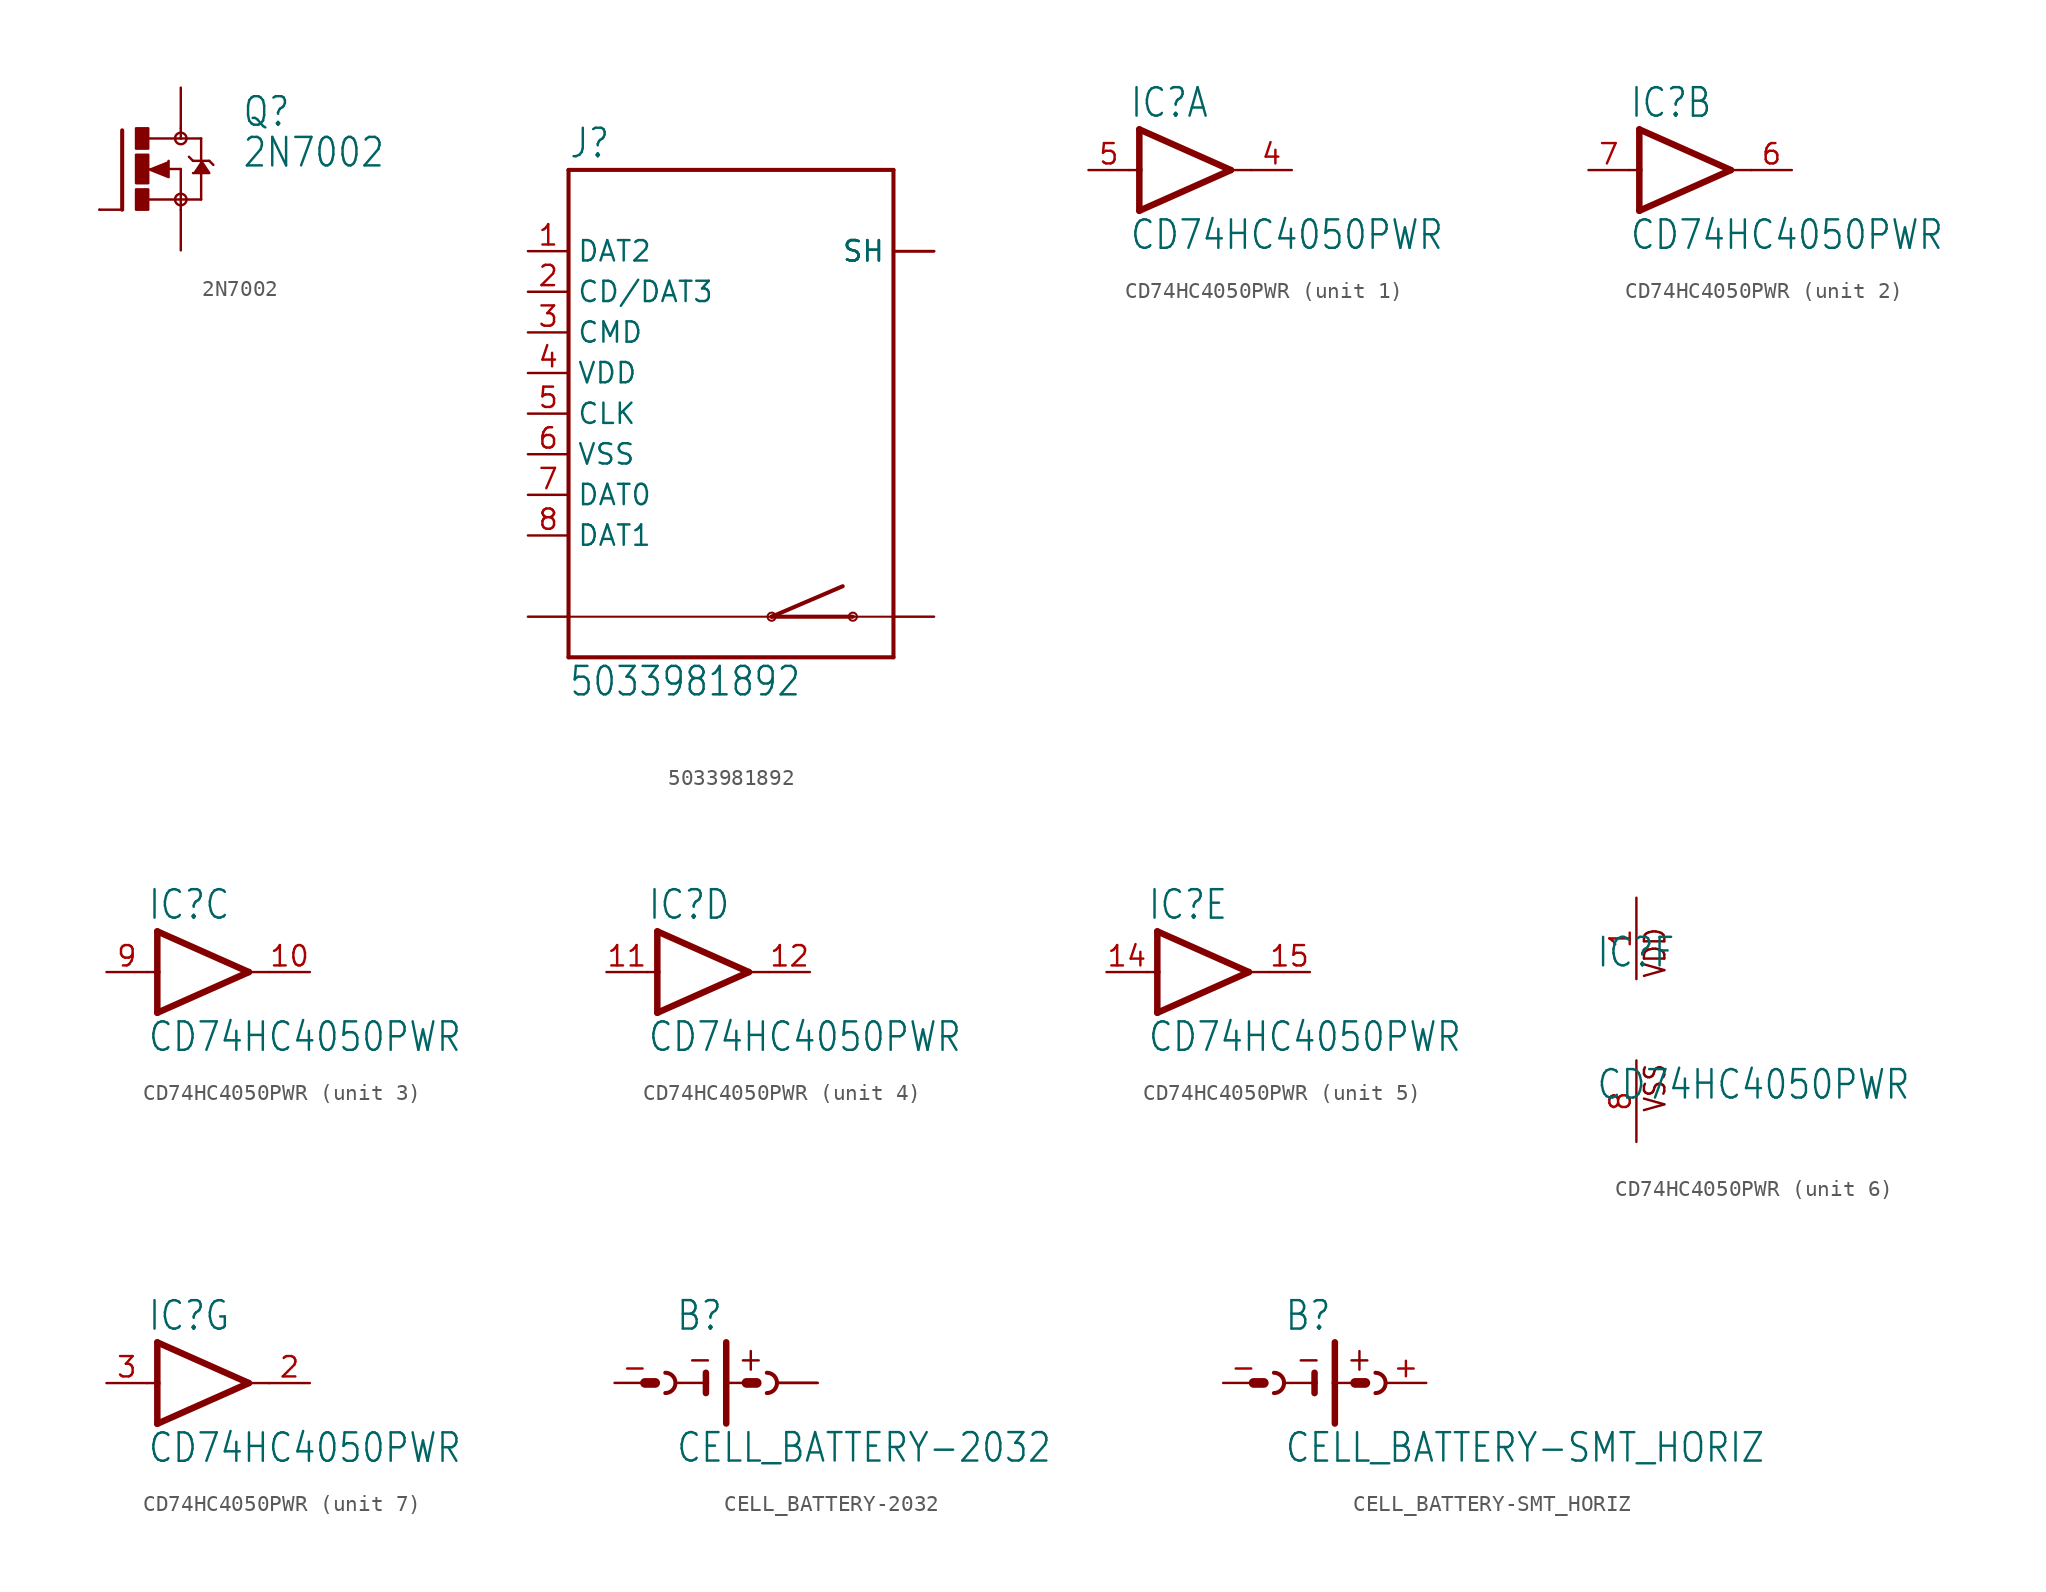
<source format=kicad_sym>
(kicad_symbol_lib
  (version 20211014)
  (generator kicad_symbol_editor)
  (symbol "2N7002"
    (property "Reference" "Q"
      (at 6.35 2.54 0)
      (effects (font (size 1.778 1.511)) (justify left bottom)))
    (property "Value" "2N7002"
      (at 6.35 0 0)
      (effects (font (size 1.778 1.511)) (justify left bottom)))
    (property "ki_locked" ""
      (at 0 0 0)
      (effects (font (size 1.27 1.27))))
    (symbol "2N7002_1_0"
      (rectangle (start -0.254 -2.54) (end 0.508 -1.27) (stroke (width 0) (type default) (color 0 0 0 0)) (fill (type outline)))
      (rectangle (start -0.254 -0.889) (end 0.508 0.889) (stroke (width 0) (type default) (color 0 0 0 0)) (fill (type outline)))
      (rectangle (start -0.254 1.27) (end 0.508 2.54) (stroke (width 0) (type default) (color 0 0 0 0)) (fill (type outline)))
      (polyline (pts (xy -1.118 -2.54) (xy -2.54 -2.54)) (stroke (width 0.152) (type default) (color 0 0 0 0)) (fill (type none)))
      (polyline (pts (xy -1.118 2.413) (xy -1.118 -2.54)) (stroke (width 0.254) (type default) (color 0 0 0 0)) (fill (type none)))
      (polyline (pts (xy 0.508 -1.905) (xy 2.54 -1.905)) (stroke (width 0.152) (type default) (color 0 0 0 0)) (fill (type none)))
      (polyline (pts (xy 1.651 0) (xy 2.54 0)) (stroke (width 0.152) (type default) (color 0 0 0 0)) (fill (type none)))
      (polyline (pts (xy 2.54 -1.905) (xy 2.54 -2.54)) (stroke (width 0.152) (type default) (color 0 0 0 0)) (fill (type none)))
      (polyline (pts (xy 2.54 -1.905) (xy 3.81 -1.905)) (stroke (width 0.152) (type default) (color 0 0 0 0)) (fill (type none)))
      (polyline (pts (xy 2.54 0) (xy 2.54 -1.905)) (stroke (width 0.152) (type default) (color 0 0 0 0)) (fill (type none)))
      (polyline (pts (xy 2.54 1.905) (xy 0.533 1.905)) (stroke (width 0.152) (type default) (color 0 0 0 0)) (fill (type none)))
      (polyline (pts (xy 2.54 1.905) (xy 3.81 1.905)) (stroke (width 0.152) (type default) (color 0 0 0 0)) (fill (type none)))
      (polyline (pts (xy 2.54 2.54) (xy 2.54 1.905)) (stroke (width 0.152) (type default) (color 0 0 0 0)) (fill (type none)))
      (polyline (pts (xy 3.048 0.762) (xy 3.302 0.508)) (stroke (width 0.152) (type default) (color 0 0 0 0)) (fill (type none)))
      (polyline (pts (xy 3.302 0.508) (xy 3.81 0.508)) (stroke (width 0.152) (type default) (color 0 0 0 0)) (fill (type none)))
      (polyline (pts (xy 3.81 -1.905) (xy 3.81 0.508)) (stroke (width 0.152) (type default) (color 0 0 0 0)) (fill (type none)))
      (polyline (pts (xy 3.81 0.508) (xy 3.81 1.905)) (stroke (width 0.152) (type default) (color 0 0 0 0)) (fill (type none)))
      (polyline (pts (xy 3.81 0.508) (xy 4.318 0.508)) (stroke (width 0.152) (type default) (color 0 0 0 0)) (fill (type none)))
      (polyline (pts (xy 4.318 0.508) (xy 4.572 0.254)) (stroke (width 0.152) (type default) (color 0 0 0 0)) (fill (type none)))
      (polyline (pts (xy 0.508 0) (xy 1.778 -0.508) (xy 1.778 0.508)) (stroke (width 0) (type default) (color 0 0 0 0)) (fill (type outline)))
      (polyline (pts (xy 3.81 0.508) (xy 4.318 -0.254) (xy 3.302 -0.254)) (stroke (width 0) (type default) (color 0 0 0 0)) (fill (type outline)))
      (circle (center 2.54 -1.905) (radius 0.359) (stroke (width 0) (type default) (color 0 0 0 0)) (fill (type none)))
      (circle (center 2.54 1.905) (radius 0.359) (stroke (width 0) (type default) (color 0 0 0 0)) (fill (type none)))
      (pin passive line (at -2.54 -2.54 0) (length 0) (name "G" (effects (font (size 0 0)))) (number "1" (effects (font (size 0 0)))))
      (pin passive line (at 2.54 -5.08 90) (length 2.54) (name "S" (effects (font (size 0 0)))) (number "2" (effects (font (size 0 0)))))
      (pin passive line (at 2.54 5.08 270) (length 2.54) (name "D" (effects (font (size 0 0)))) (number "3" (effects (font (size 0 0)))))))
  (symbol "5033981892"
    (property "Reference" "J"
      (at -10.16 15.875 0)
      (effects (font (size 1.778 1.511)) (justify left bottom)))
    (property "Value" "5033981892"
      (at -10.16 -17.78 0)
      (effects (font (size 1.778 1.511)) (justify left bottom)))
    (property "ki_locked" ""
      (at 0 0 0)
      (effects (font (size 1.27 1.27))))
    (symbol "5033981892_1_0"
      (polyline (pts (xy -10.16 -15.24) (xy 10.16 -15.24)) (stroke (width 0.254) (type default) (color 0 0 0 0)) (fill (type none)))
      (polyline (pts (xy -10.16 -12.7) (xy -10.16 -15.24)) (stroke (width 0.254) (type default) (color 0 0 0 0)) (fill (type none)))
      (polyline (pts (xy -10.16 -12.7) (xy 2.54 -12.7)) (stroke (width 0.127) (type default) (color 0 0 0 0)) (fill (type none)))
      (polyline (pts (xy -10.16 15.24) (xy -10.16 -12.7)) (stroke (width 0.254) (type default) (color 0 0 0 0)) (fill (type none)))
      (polyline (pts (xy 2.54 -12.7) (xy 6.985 -10.795)) (stroke (width 0.254) (type default) (color 0 0 0 0)) (fill (type none)))
      (polyline (pts (xy 2.54 -12.7) (xy 7.62 -12.7)) (stroke (width 0.254) (type default) (color 0 0 0 0)) (fill (type none)))
      (polyline (pts (xy 7.62 -12.7) (xy 10.16 -12.7)) (stroke (width 0.127) (type default) (color 0 0 0 0)) (fill (type none)))
      (polyline (pts (xy 10.16 -15.24) (xy 10.16 -12.7)) (stroke (width 0.254) (type default) (color 0 0 0 0)) (fill (type none)))
      (polyline (pts (xy 10.16 -12.7) (xy 10.16 15.24)) (stroke (width 0.254) (type default) (color 0 0 0 0)) (fill (type none)))
      (polyline (pts (xy 10.16 15.24) (xy -10.16 15.24)) (stroke (width 0.254) (type default) (color 0 0 0 0)) (fill (type none)))
      (circle (center 2.54 -12.7) (radius 0.254) (stroke (width 0.127) (type default) (color 0 0 0 0)) (fill (type none)))
      (circle (center 7.62 -12.7) (radius 0.254) (stroke (width 0.127) (type default) (color 0 0 0 0)) (fill (type none)))
      (pin passive line (at -12.7 10.16 0) (length 2.54) (name "DAT2" (effects (font (size 1.27 1.27)))) (number "1" (effects (font (size 1.27 1.27)))))
      (pin passive line (at -12.7 7.62 0) (length 2.54) (name "CD/DAT3" (effects (font (size 1.27 1.27)))) (number "2" (effects (font (size 1.27 1.27)))))
      (pin passive line (at -12.7 5.08 0) (length 2.54) (name "CMD" (effects (font (size 1.27 1.27)))) (number "3" (effects (font (size 1.27 1.27)))))
      (pin power_in line (at -12.7 2.54 0) (length 2.54) (name "VDD" (effects (font (size 1.27 1.27)))) (number "4" (effects (font (size 1.27 1.27)))))
      (pin passive line (at -12.7 0 0) (length 2.54) (name "CLK" (effects (font (size 1.27 1.27)))) (number "5" (effects (font (size 1.27 1.27)))))
      (pin power_in line (at -12.7 -2.54 0) (length 2.54) (name "VSS" (effects (font (size 1.27 1.27)))) (number "6" (effects (font (size 1.27 1.27)))))
      (pin passive line (at -12.7 -5.08 0) (length 2.54) (name "DAT0" (effects (font (size 1.27 1.27)))) (number "7" (effects (font (size 1.27 1.27)))))
      (pin passive line (at -12.7 -7.62 0) (length 2.54) (name "DAT1" (effects (font (size 1.27 1.27)))) (number "8" (effects (font (size 1.27 1.27)))))
      (pin passive line (at 12.7 10.16 180) (length 2.54) (name "SH" (effects (font (size 1.27 1.27)))) (number "S" (effects (font (size 0 0)))))
      (pin passive line (at 12.7 10.16 180) (length 2.54) (name "SH" (effects (font (size 1.27 1.27)))) (number "S1" (effects (font (size 0 0)))))
      (pin passive line (at 12.7 10.16 180) (length 2.54) (name "SH" (effects (font (size 1.27 1.27)))) (number "S2" (effects (font (size 0 0)))))
      (pin passive line (at -12.7 -12.7 0) (length 2.54) (name "SW1" (effects (font (size 0 0)))) (number "SW1" (effects (font (size 0 0)))))
      (pin passive line (at 12.7 -12.7 180) (length 2.54) (name "SW2" (effects (font (size 0 0)))) (number "SW2" (effects (font (size 0 0)))))))
  (symbol "CD74HC4050PWR"
    (property "Reference" "IC"
      (at -2.54 3.175 0)
      (effects (font (size 1.778 1.511)) (justify left bottom)))
    (property "Value" "CD74HC4050PWR"
      (at -2.54 -5.08 0)
      (effects (font (size 1.778 1.511)) (justify left bottom)))
    (property "ki_locked" ""
      (at 0 0 0)
      (effects (font (size 1.27 1.27))))
    (symbol "CD74HC4050PWR_1_0"
      (polyline (pts (xy -2.54 0) (xy -1.905 0)) (stroke (width 0.152) (type default) (color 0 0 0 0)) (fill (type none)))
      (polyline (pts (xy -1.905 -2.54) (xy 3.81 0)) (stroke (width 0.406) (type default) (color 0 0 0 0)) (fill (type none)))
      (polyline (pts (xy -1.905 0) (xy -1.905 -2.54)) (stroke (width 0.406) (type default) (color 0 0 0 0)) (fill (type none)))
      (polyline (pts (xy -1.905 2.54) (xy -1.905 0)) (stroke (width 0.406) (type default) (color 0 0 0 0)) (fill (type none)))
      (polyline (pts (xy 3.81 0) (xy -1.905 2.54)) (stroke (width 0.406) (type default) (color 0 0 0 0)) (fill (type none)))
      (polyline (pts (xy 5.08 0) (xy 3.81 0)) (stroke (width 0.152) (type default) (color 0 0 0 0)) (fill (type none)))
      (pin output line (at 7.62 0 180) (length 2.54) (name "O" (effects (font (size 0 0)))) (number "4" (effects (font (size 1.27 1.27)))))
      (pin input line (at -5.08 0 0) (length 2.54) (name "I" (effects (font (size 0 0)))) (number "5" (effects (font (size 1.27 1.27))))))
    (symbol "CD74HC4050PWR_2_0"
      (polyline (pts (xy -2.54 0) (xy -1.905 0)) (stroke (width 0.152) (type default) (color 0 0 0 0)) (fill (type none)))
      (polyline (pts (xy -1.905 -2.54) (xy 3.81 0)) (stroke (width 0.406) (type default) (color 0 0 0 0)) (fill (type none)))
      (polyline (pts (xy -1.905 0) (xy -1.905 -2.54)) (stroke (width 0.406) (type default) (color 0 0 0 0)) (fill (type none)))
      (polyline (pts (xy -1.905 2.54) (xy -1.905 0)) (stroke (width 0.406) (type default) (color 0 0 0 0)) (fill (type none)))
      (polyline (pts (xy 3.81 0) (xy -1.905 2.54)) (stroke (width 0.406) (type default) (color 0 0 0 0)) (fill (type none)))
      (polyline (pts (xy 5.08 0) (xy 3.81 0)) (stroke (width 0.152) (type default) (color 0 0 0 0)) (fill (type none)))
      (pin output line (at 7.62 0 180) (length 2.54) (name "O" (effects (font (size 0 0)))) (number "6" (effects (font (size 1.27 1.27)))))
      (pin input line (at -5.08 0 0) (length 2.54) (name "I" (effects (font (size 0 0)))) (number "7" (effects (font (size 1.27 1.27))))))
    (symbol "CD74HC4050PWR_3_0"
      (polyline (pts (xy -2.54 0) (xy -1.905 0)) (stroke (width 0.152) (type default) (color 0 0 0 0)) (fill (type none)))
      (polyline (pts (xy -1.905 -2.54) (xy 3.81 0)) (stroke (width 0.406) (type default) (color 0 0 0 0)) (fill (type none)))
      (polyline (pts (xy -1.905 0) (xy -1.905 -2.54)) (stroke (width 0.406) (type default) (color 0 0 0 0)) (fill (type none)))
      (polyline (pts (xy -1.905 2.54) (xy -1.905 0)) (stroke (width 0.406) (type default) (color 0 0 0 0)) (fill (type none)))
      (polyline (pts (xy 3.81 0) (xy -1.905 2.54)) (stroke (width 0.406) (type default) (color 0 0 0 0)) (fill (type none)))
      (polyline (pts (xy 5.08 0) (xy 3.81 0)) (stroke (width 0.152) (type default) (color 0 0 0 0)) (fill (type none)))
      (pin output line (at 7.62 0 180) (length 2.54) (name "O" (effects (font (size 0 0)))) (number "10" (effects (font (size 1.27 1.27)))))
      (pin input line (at -5.08 0 0) (length 2.54) (name "I" (effects (font (size 0 0)))) (number "9" (effects (font (size 1.27 1.27))))))
    (symbol "CD74HC4050PWR_4_0"
      (polyline (pts (xy -2.54 0) (xy -1.905 0)) (stroke (width 0.152) (type default) (color 0 0 0 0)) (fill (type none)))
      (polyline (pts (xy -1.905 -2.54) (xy 3.81 0)) (stroke (width 0.406) (type default) (color 0 0 0 0)) (fill (type none)))
      (polyline (pts (xy -1.905 0) (xy -1.905 -2.54)) (stroke (width 0.406) (type default) (color 0 0 0 0)) (fill (type none)))
      (polyline (pts (xy -1.905 2.54) (xy -1.905 0)) (stroke (width 0.406) (type default) (color 0 0 0 0)) (fill (type none)))
      (polyline (pts (xy 3.81 0) (xy -1.905 2.54)) (stroke (width 0.406) (type default) (color 0 0 0 0)) (fill (type none)))
      (polyline (pts (xy 5.08 0) (xy 3.81 0)) (stroke (width 0.152) (type default) (color 0 0 0 0)) (fill (type none)))
      (pin input line (at -5.08 0 0) (length 2.54) (name "I" (effects (font (size 0 0)))) (number "11" (effects (font (size 1.27 1.27)))))
      (pin output line (at 7.62 0 180) (length 2.54) (name "O" (effects (font (size 0 0)))) (number "12" (effects (font (size 1.27 1.27))))))
    (symbol "CD74HC4050PWR_5_0"
      (polyline (pts (xy -2.54 0) (xy -1.905 0)) (stroke (width 0.152) (type default) (color 0 0 0 0)) (fill (type none)))
      (polyline (pts (xy -1.905 -2.54) (xy 3.81 0)) (stroke (width 0.406) (type default) (color 0 0 0 0)) (fill (type none)))
      (polyline (pts (xy -1.905 0) (xy -1.905 -2.54)) (stroke (width 0.406) (type default) (color 0 0 0 0)) (fill (type none)))
      (polyline (pts (xy -1.905 2.54) (xy -1.905 0)) (stroke (width 0.406) (type default) (color 0 0 0 0)) (fill (type none)))
      (polyline (pts (xy 3.81 0) (xy -1.905 2.54)) (stroke (width 0.406) (type default) (color 0 0 0 0)) (fill (type none)))
      (polyline (pts (xy 5.08 0) (xy 3.81 0)) (stroke (width 0.152) (type default) (color 0 0 0 0)) (fill (type none)))
      (pin input line (at -5.08 0 0) (length 2.54) (name "I" (effects (font (size 0 0)))) (number "14" (effects (font (size 1.27 1.27)))))
      (pin output line (at 7.62 0 180) (length 2.54) (name "O" (effects (font (size 0 0)))) (number "15" (effects (font (size 1.27 1.27))))))
    (symbol "CD74HC4050PWR_6_0"
      (text "VDD" (at 1.905 2.54 900) (effects (font (size 1.27 1.079)) (justify left bottom)))
      (text "VSS" (at 1.905 -5.842 900) (effects (font (size 1.27 1.079)) (justify left bottom)))
      (pin power_in line (at 0 7.62 270) (length 5.08) (name "VDD" (effects (font (size 0 0)))) (number "1" (effects (font (size 1.27 1.27)))))
      (pin power_in line (at 0 -7.62 90) (length 5.08) (name "VSS" (effects (font (size 0 0)))) (number "8" (effects (font (size 1.27 1.27))))))
    (symbol "CD74HC4050PWR_7_0"
      (polyline (pts (xy -2.54 0) (xy -1.905 0)) (stroke (width 0.152) (type default) (color 0 0 0 0)) (fill (type none)))
      (polyline (pts (xy -1.905 -2.54) (xy 3.81 0)) (stroke (width 0.406) (type default) (color 0 0 0 0)) (fill (type none)))
      (polyline (pts (xy -1.905 0) (xy -1.905 -2.54)) (stroke (width 0.406) (type default) (color 0 0 0 0)) (fill (type none)))
      (polyline (pts (xy -1.905 2.54) (xy -1.905 0)) (stroke (width 0.406) (type default) (color 0 0 0 0)) (fill (type none)))
      (polyline (pts (xy 3.81 0) (xy -1.905 2.54)) (stroke (width 0.406) (type default) (color 0 0 0 0)) (fill (type none)))
      (polyline (pts (xy 5.08 0) (xy 3.81 0)) (stroke (width 0.152) (type default) (color 0 0 0 0)) (fill (type none)))
      (pin output line (at 7.62 0 180) (length 2.54) (name "O" (effects (font (size 0 0)))) (number "2" (effects (font (size 1.27 1.27)))))
      (pin input line (at -5.08 0 0) (length 2.54) (name "I" (effects (font (size 0 0)))) (number "3" (effects (font (size 1.27 1.27)))))))
  (symbol "CELL_BATTERY-2032"
    (property "Reference" "B"
      (at -1.27 3.175 0)
      (effects (font (size 1.778 1.511)) (justify left bottom)))
    (property "Value" "CELL_BATTERY-2032"
      (at -1.27 -5.08 0)
      (effects (font (size 1.778 1.511)) (justify left bottom)))
    (property "ki_locked" ""
      (at 0 0 0)
      (effects (font (size 1.27 1.27))))
    (symbol "CELL_BATTERY-2032_1_0"
      (arc (start -1.905 -0.635) (mid -1.27 0) (end -1.905 0.635) (stroke (width 0.254) (type default) (color 0 0 0 0)) (fill (type none)))
      (polyline (pts (xy -2.54 0) (xy -3.175 0)) (stroke (width 0.61) (type default) (color 0 0 0 0)) (fill (type none)))
      (polyline (pts (xy -1.27 0) (xy 0.635 0)) (stroke (width 0.152) (type default) (color 0 0 0 0)) (fill (type none)))
      (polyline (pts (xy 0.635 0) (xy 0.635 -0.635)) (stroke (width 0.406) (type default) (color 0 0 0 0)) (fill (type none)))
      (polyline (pts (xy 0.635 0.635) (xy 0.635 0)) (stroke (width 0.406) (type default) (color 0 0 0 0)) (fill (type none)))
      (polyline (pts (xy 1.905 0) (xy 1.905 -2.54)) (stroke (width 0.406) (type default) (color 0 0 0 0)) (fill (type none)))
      (polyline (pts (xy 1.905 0) (xy 3.175 0)) (stroke (width 0.152) (type default) (color 0 0 0 0)) (fill (type none)))
      (polyline (pts (xy 1.905 2.54) (xy 1.905 0)) (stroke (width 0.406) (type default) (color 0 0 0 0)) (fill (type none)))
      (polyline (pts (xy 3.175 0) (xy 3.81 0)) (stroke (width 0.61) (type default) (color 0 0 0 0)) (fill (type none)))
      (arc (start 4.445 -0.635) (mid 5.08 0) (end 4.445 0.635) (stroke (width 0.254) (type default) (color 0 0 0 0)) (fill (type none)))
      (text "+" (at 2.54 0.635 0) (effects (font (size 1.524 1.295)) (justify left bottom)))
      (text "-" (at -0.635 0.635 0) (effects (font (size 1.524 1.295)) (justify left bottom)))
      (pin passive line (at -5.08 0 0) (length 2.54) (name "-" (effects (font (size 0 0)))) (number "-" (effects (font (size 1.27 1.27)))))
      (pin passive line (at 7.62 0 180) (length 2.54) (name "+" (effects (font (size 0 0)))) (number "1" (effects (font (size 0 0)))))
      (pin passive line (at 7.62 0 180) (length 2.54) (name "+" (effects (font (size 0 0)))) (number "2" (effects (font (size 0 0)))))))
  (symbol "CELL_BATTERY-SMT_HORIZ"
    (property "Reference" "B"
      (at -1.27 3.175 0)
      (effects (font (size 1.778 1.511)) (justify left bottom)))
    (property "Value" "CELL_BATTERY-SMT_HORIZ"
      (at -1.27 -5.08 0)
      (effects (font (size 1.778 1.511)) (justify left bottom)))
    (property "ki_locked" ""
      (at 0 0 0)
      (effects (font (size 1.27 1.27))))
    (symbol "CELL_BATTERY-SMT_HORIZ_1_0"
      (arc (start -1.905 -0.635) (mid -1.27 0) (end -1.905 0.635) (stroke (width 0.254) (type default) (color 0 0 0 0)) (fill (type none)))
      (polyline (pts (xy -2.54 0) (xy -3.175 0)) (stroke (width 0.61) (type default) (color 0 0 0 0)) (fill (type none)))
      (polyline (pts (xy -1.27 0) (xy 0.635 0)) (stroke (width 0.152) (type default) (color 0 0 0 0)) (fill (type none)))
      (polyline (pts (xy 0.635 0) (xy 0.635 -0.635)) (stroke (width 0.406) (type default) (color 0 0 0 0)) (fill (type none)))
      (polyline (pts (xy 0.635 0.635) (xy 0.635 0)) (stroke (width 0.406) (type default) (color 0 0 0 0)) (fill (type none)))
      (polyline (pts (xy 1.905 0) (xy 1.905 -2.54)) (stroke (width 0.406) (type default) (color 0 0 0 0)) (fill (type none)))
      (polyline (pts (xy 1.905 0) (xy 3.175 0)) (stroke (width 0.152) (type default) (color 0 0 0 0)) (fill (type none)))
      (polyline (pts (xy 1.905 2.54) (xy 1.905 0)) (stroke (width 0.406) (type default) (color 0 0 0 0)) (fill (type none)))
      (polyline (pts (xy 3.175 0) (xy 3.81 0)) (stroke (width 0.61) (type default) (color 0 0 0 0)) (fill (type none)))
      (arc (start 4.445 -0.635) (mid 5.08 0) (end 4.445 0.635) (stroke (width 0.254) (type default) (color 0 0 0 0)) (fill (type none)))
      (text "+" (at 2.54 0.635 0) (effects (font (size 1.524 1.295)) (justify left bottom)))
      (text "-" (at -0.635 0.635 0) (effects (font (size 1.524 1.295)) (justify left bottom)))
      (pin passive line (at 7.62 0 180) (length 2.54) (name "+" (effects (font (size 0 0)))) (number "+" (effects (font (size 1.27 1.27)))))
      (pin passive line (at -5.08 0 0) (length 2.54) (name "-" (effects (font (size 0 0)))) (number "-" (effects (font (size 1.27 1.27))))))))
</source>
